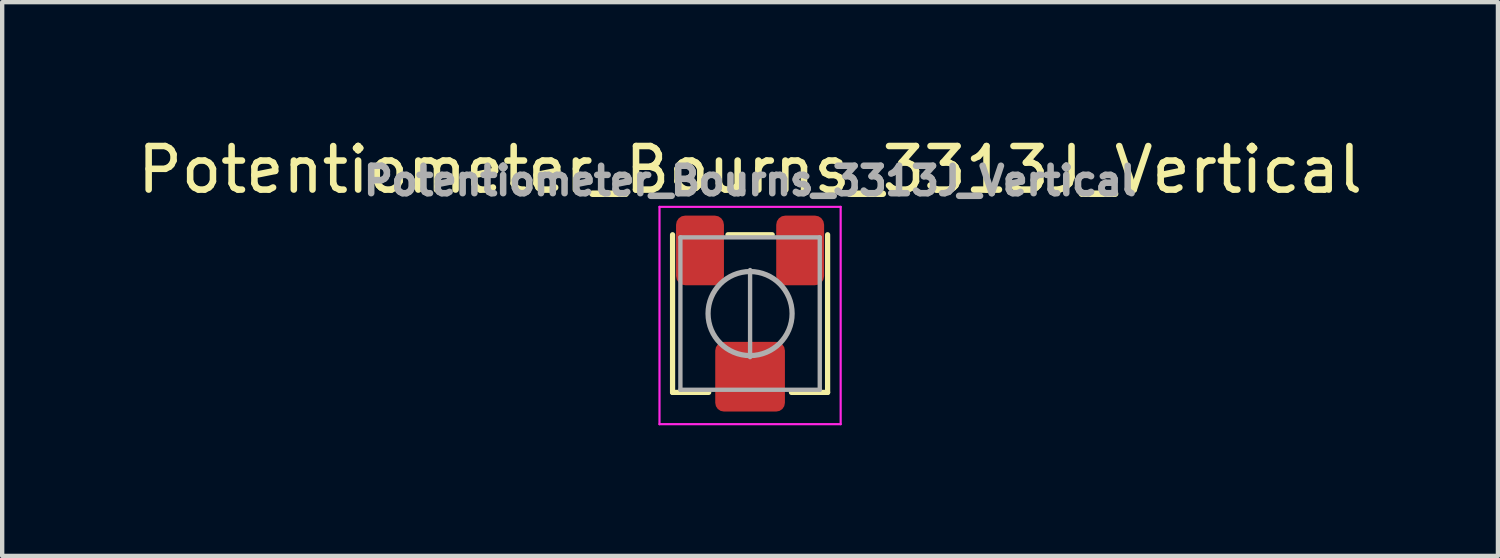
<source format=kicad_pcb>
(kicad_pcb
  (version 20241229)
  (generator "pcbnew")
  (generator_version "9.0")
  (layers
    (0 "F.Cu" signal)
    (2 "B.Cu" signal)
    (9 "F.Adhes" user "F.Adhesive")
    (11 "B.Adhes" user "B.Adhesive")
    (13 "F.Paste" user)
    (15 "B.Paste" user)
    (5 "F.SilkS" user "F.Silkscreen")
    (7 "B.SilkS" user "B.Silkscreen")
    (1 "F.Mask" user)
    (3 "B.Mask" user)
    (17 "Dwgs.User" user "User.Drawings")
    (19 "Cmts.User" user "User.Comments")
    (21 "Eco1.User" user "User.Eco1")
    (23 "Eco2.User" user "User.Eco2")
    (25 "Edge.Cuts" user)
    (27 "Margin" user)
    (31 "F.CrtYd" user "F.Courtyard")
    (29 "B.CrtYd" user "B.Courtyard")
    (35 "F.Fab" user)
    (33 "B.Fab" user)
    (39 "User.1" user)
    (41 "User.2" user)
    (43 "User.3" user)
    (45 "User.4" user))
  (footprint "Potentiometer_Bourns_3313J_Vertical"
    (layer "F.Cu")
    (at 14.173 4.15)
    (property "Reference" "Potentiometer_Bourns_3313J_Vertical" (at 0 -3.302 0) (layer "F.SilkS") (effects (font (size 1 1) (thickness 0.15))))
    (attr smd)
    (fp_line (start -1.78 -1.81) (end -1.78 1.81) (stroke (width 0.12) (type solid)) (layer "F.SilkS"))
    (fp_line (start -1.78 1.81) (end -0.95 1.81) (stroke (width 0.12) (type solid)) (layer "F.SilkS"))
    (fp_line (start -0.508 -1.81) (end 0.508 -1.81) (stroke (width 0.12) (type solid)) (layer "F.SilkS"))
    (fp_line (start 0.95 1.81) (end 1.78 1.81) (stroke (width 0.12) (type solid)) (layer "F.SilkS"))
    (fp_line (start 1.78 -1.81) (end 1.78 1.81) (stroke (width 0.12) (type solid)) (layer "F.SilkS"))
    (fp_line (start -2.08 -2.45) (end -2.08 2.54) (stroke (width 0.05) (type solid)) (layer "F.CrtYd"))
    (fp_line (start -2.08 2.54) (end 2.08 2.54) (stroke (width 0.05) (type solid)) (layer "F.CrtYd"))
    (fp_line (start 2.08 -2.45) (end -2.08 -2.45) (stroke (width 0.05) (type solid)) (layer "F.CrtYd"))
    (fp_line (start 2.08 2.54) (end 2.08 -2.45) (stroke (width 0.05) (type solid)) (layer "F.CrtYd"))
    (fp_line (start -1.6 -1.75) (end -1.6 1.75) (stroke (width 0.1) (type solid)) (layer "F.Fab"))
    (fp_line (start -1.6 1.75) (end 1.6 1.75) (stroke (width 0.1) (type solid)) (layer "F.Fab"))
    (fp_line (start 0 1) (end 0 -1) (stroke (width 0.1) (type solid)) (layer "F.Fab"))
    (fp_line (start 1.6 -1.75) (end -1.6 -1.75) (stroke (width 0.1) (type solid)) (layer "F.Fab"))
    (fp_line (start 1.6 1.75) (end 1.6 -1.75) (stroke (width 0.1) (type solid)) (layer "F.Fab"))
    (fp_circle (center 0 0) (end 0.965 0) (stroke (width 0.12) (type default)) (fill no) (layer "F.Fab"))
    (fp_text user "${REFERENCE}" (at 0 -3.048 0) (layer "F.Fab") (effects (font (size 0.63 0.63) (thickness 0.15))))
    (pad "1" smd roundrect (at -1.15 -1.45) (size 1.1 1.6) (layers "F.Cu" "F.Mask" "F.Paste") (roundrect_rratio 0.192))
    (pad "2" smd roundrect (at 0 1.45) (size 1.6 1.6) (layers "F.Cu" "F.Mask" "F.Paste") (roundrect_rratio 0.125))
    (pad "3" smd roundrect (at 1.15 -1.45) (size 1.1 1.6) (layers "F.Cu" "F.Mask" "F.Paste") (roundrect_rratio 0.192)))
  (gr_rect
    (start -3 -3)
    (end 31.345 9.715)
    (stroke (width 0.1) (type default))
    (fill no)
    (layer "Edge.Cuts")))
</source>
